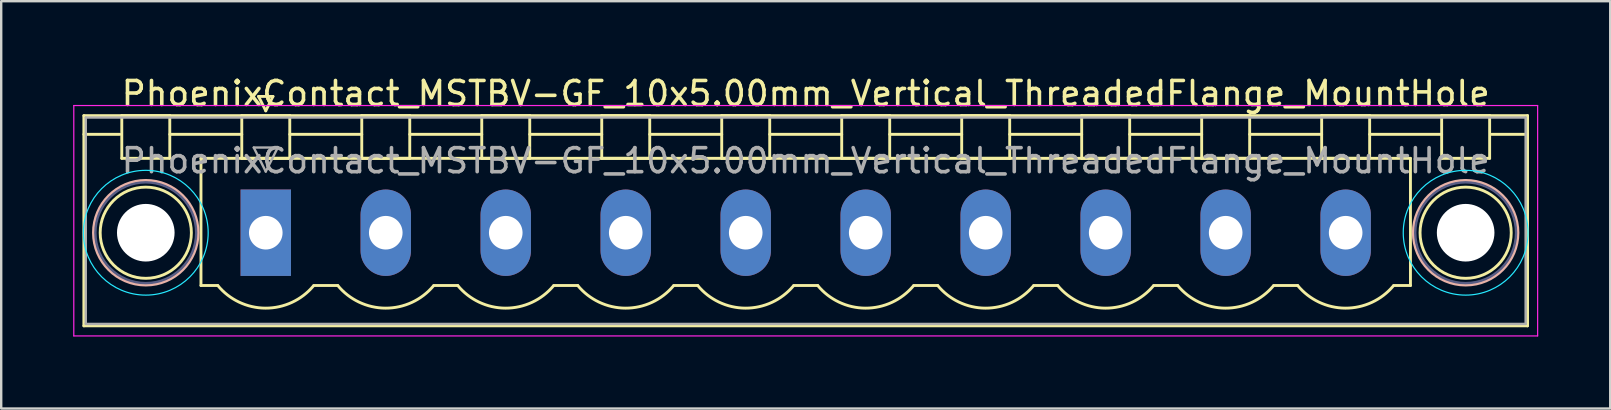
<source format=kicad_pcb>
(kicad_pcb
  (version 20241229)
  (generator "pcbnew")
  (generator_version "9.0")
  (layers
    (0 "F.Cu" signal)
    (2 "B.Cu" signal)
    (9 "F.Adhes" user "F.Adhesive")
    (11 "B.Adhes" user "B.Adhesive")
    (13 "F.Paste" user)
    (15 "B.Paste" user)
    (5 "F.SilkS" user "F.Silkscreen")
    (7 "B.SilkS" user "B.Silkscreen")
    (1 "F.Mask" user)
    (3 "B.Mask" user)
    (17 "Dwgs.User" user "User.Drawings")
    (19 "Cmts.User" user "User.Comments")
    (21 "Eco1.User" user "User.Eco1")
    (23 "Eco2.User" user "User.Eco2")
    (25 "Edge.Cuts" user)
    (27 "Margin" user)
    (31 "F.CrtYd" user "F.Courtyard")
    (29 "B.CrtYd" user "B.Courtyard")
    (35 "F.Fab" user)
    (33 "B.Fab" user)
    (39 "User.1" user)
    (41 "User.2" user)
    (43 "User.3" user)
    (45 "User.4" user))
  (footprint "PhoenixContact_MSTBV-GF_10x5.00mm_Vertical_ThreadedFlange_MountHole"
    (layer "F.Cu")
    (at 8.025 6.648)
    (property "Reference" "PhoenixContact_MSTBV-GF_10x5.00mm_Vertical_ThreadedFlange_MountHole" (at 22.5 -5.8 0) (layer "F.SilkS") (effects (font (size 1 1) (thickness 0.15))))
    (attr through_hole)
    (fp_line (start -7.58 -4.88) (end -7.58 3.88) (stroke (width 0.12) (type solid)) (layer "F.SilkS"))
    (fp_line (start -7.58 -4.1) (end -6.08 -4.1) (stroke (width 0.12) (type solid)) (layer "F.SilkS"))
    (fp_line (start -7.58 3.88) (end 52.58 3.88) (stroke (width 0.12) (type solid)) (layer "F.SilkS"))
    (fp_line (start -6 -4.88) (end -4 -4.88) (stroke (width 0.12) (type solid)) (layer "F.SilkS"))
    (fp_line (start -6 -3.1) (end -6 -4.88) (stroke (width 0.12) (type solid)) (layer "F.SilkS"))
    (fp_line (start -4 -4.88) (end -4 -3.1) (stroke (width 0.12) (type solid)) (layer "F.SilkS"))
    (fp_line (start -4 -4.1) (end -1 -4.1) (stroke (width 0.12) (type solid)) (layer "F.SilkS"))
    (fp_line (start -4 -3.1) (end -6 -3.1) (stroke (width 0.12) (type solid)) (layer "F.SilkS"))
    (fp_line (start -2.7 -3.1) (end 47.7 -3.1) (stroke (width 0.12) (type solid)) (layer "F.SilkS"))
    (fp_line (start -2.7 2.2) (end -2.7 -3.1) (stroke (width 0.12) (type solid)) (layer "F.SilkS"))
    (fp_line (start -2 2.2) (end -2.7 2.2) (stroke (width 0.12) (type solid)) (layer "F.SilkS"))
    (fp_line (start -1 -4.88) (end 1 -4.88) (stroke (width 0.12) (type solid)) (layer "F.SilkS"))
    (fp_line (start -1 -3.1) (end -1 -4.88) (stroke (width 0.12) (type solid)) (layer "F.SilkS"))
    (fp_line (start -0.3 -5.68) (end 0.3 -5.68) (stroke (width 0.12) (type solid)) (layer "F.SilkS"))
    (fp_line (start 0 -5.08) (end -0.3 -5.68) (stroke (width 0.12) (type solid)) (layer "F.SilkS"))
    (fp_line (start 0.3 -5.68) (end 0 -5.08) (stroke (width 0.12) (type solid)) (layer "F.SilkS"))
    (fp_line (start 1 -4.88) (end 1 -3.1) (stroke (width 0.12) (type solid)) (layer "F.SilkS"))
    (fp_line (start 1 -4.1) (end 4 -4.1) (stroke (width 0.12) (type solid)) (layer "F.SilkS"))
    (fp_line (start 1 -3.1) (end -1 -3.1) (stroke (width 0.12) (type solid)) (layer "F.SilkS"))
    (fp_line (start 2 2.2) (end 3 2.2) (stroke (width 0.12) (type solid)) (layer "F.SilkS"))
    (fp_line (start 4 -4.88) (end 6 -4.88) (stroke (width 0.12) (type solid)) (layer "F.SilkS"))
    (fp_line (start 4 -3.1) (end 4 -4.88) (stroke (width 0.12) (type solid)) (layer "F.SilkS"))
    (fp_line (start 6 -4.88) (end 6 -3.1) (stroke (width 0.12) (type solid)) (layer "F.SilkS"))
    (fp_line (start 6 -4.1) (end 9 -4.1) (stroke (width 0.12) (type solid)) (layer "F.SilkS"))
    (fp_line (start 6 -3.1) (end 4 -3.1) (stroke (width 0.12) (type solid)) (layer "F.SilkS"))
    (fp_line (start 7 2.2) (end 8 2.2) (stroke (width 0.12) (type solid)) (layer "F.SilkS"))
    (fp_line (start 9 -4.88) (end 11 -4.88) (stroke (width 0.12) (type solid)) (layer "F.SilkS"))
    (fp_line (start 9 -3.1) (end 9 -4.88) (stroke (width 0.12) (type solid)) (layer "F.SilkS"))
    (fp_line (start 11 -4.88) (end 11 -3.1) (stroke (width 0.12) (type solid)) (layer "F.SilkS"))
    (fp_line (start 11 -4.1) (end 14 -4.1) (stroke (width 0.12) (type solid)) (layer "F.SilkS"))
    (fp_line (start 11 -3.1) (end 9 -3.1) (stroke (width 0.12) (type solid)) (layer "F.SilkS"))
    (fp_line (start 12 2.2) (end 13 2.2) (stroke (width 0.12) (type solid)) (layer "F.SilkS"))
    (fp_line (start 14 -4.88) (end 16 -4.88) (stroke (width 0.12) (type solid)) (layer "F.SilkS"))
    (fp_line (start 14 -3.1) (end 14 -4.88) (stroke (width 0.12) (type solid)) (layer "F.SilkS"))
    (fp_line (start 16 -4.88) (end 16 -3.1) (stroke (width 0.12) (type solid)) (layer "F.SilkS"))
    (fp_line (start 16 -4.1) (end 19 -4.1) (stroke (width 0.12) (type solid)) (layer "F.SilkS"))
    (fp_line (start 16 -3.1) (end 14 -3.1) (stroke (width 0.12) (type solid)) (layer "F.SilkS"))
    (fp_line (start 17 2.2) (end 18 2.2) (stroke (width 0.12) (type solid)) (layer "F.SilkS"))
    (fp_line (start 19 -4.88) (end 21 -4.88) (stroke (width 0.12) (type solid)) (layer "F.SilkS"))
    (fp_line (start 19 -3.1) (end 19 -4.88) (stroke (width 0.12) (type solid)) (layer "F.SilkS"))
    (fp_line (start 21 -4.88) (end 21 -3.1) (stroke (width 0.12) (type solid)) (layer "F.SilkS"))
    (fp_line (start 21 -4.1) (end 24 -4.1) (stroke (width 0.12) (type solid)) (layer "F.SilkS"))
    (fp_line (start 21 -3.1) (end 19 -3.1) (stroke (width 0.12) (type solid)) (layer "F.SilkS"))
    (fp_line (start 22 2.2) (end 23 2.2) (stroke (width 0.12) (type solid)) (layer "F.SilkS"))
    (fp_line (start 24 -4.88) (end 26 -4.88) (stroke (width 0.12) (type solid)) (layer "F.SilkS"))
    (fp_line (start 24 -3.1) (end 24 -4.88) (stroke (width 0.12) (type solid)) (layer "F.SilkS"))
    (fp_line (start 26 -4.88) (end 26 -3.1) (stroke (width 0.12) (type solid)) (layer "F.SilkS"))
    (fp_line (start 26 -4.1) (end 29 -4.1) (stroke (width 0.12) (type solid)) (layer "F.SilkS"))
    (fp_line (start 26 -3.1) (end 24 -3.1) (stroke (width 0.12) (type solid)) (layer "F.SilkS"))
    (fp_line (start 27 2.2) (end 28 2.2) (stroke (width 0.12) (type solid)) (layer "F.SilkS"))
    (fp_line (start 29 -4.88) (end 31 -4.88) (stroke (width 0.12) (type solid)) (layer "F.SilkS"))
    (fp_line (start 29 -3.1) (end 29 -4.88) (stroke (width 0.12) (type solid)) (layer "F.SilkS"))
    (fp_line (start 31 -4.88) (end 31 -3.1) (stroke (width 0.12) (type solid)) (layer "F.SilkS"))
    (fp_line (start 31 -4.1) (end 34 -4.1) (stroke (width 0.12) (type solid)) (layer "F.SilkS"))
    (fp_line (start 31 -3.1) (end 29 -3.1) (stroke (width 0.12) (type solid)) (layer "F.SilkS"))
    (fp_line (start 32 2.2) (end 33 2.2) (stroke (width 0.12) (type solid)) (layer "F.SilkS"))
    (fp_line (start 34 -4.88) (end 36 -4.88) (stroke (width 0.12) (type solid)) (layer "F.SilkS"))
    (fp_line (start 34 -3.1) (end 34 -4.88) (stroke (width 0.12) (type solid)) (layer "F.SilkS"))
    (fp_line (start 36 -4.88) (end 36 -3.1) (stroke (width 0.12) (type solid)) (layer "F.SilkS"))
    (fp_line (start 36 -4.1) (end 39 -4.1) (stroke (width 0.12) (type solid)) (layer "F.SilkS"))
    (fp_line (start 36 -3.1) (end 34 -3.1) (stroke (width 0.12) (type solid)) (layer "F.SilkS"))
    (fp_line (start 37 2.2) (end 38 2.2) (stroke (width 0.12) (type solid)) (layer "F.SilkS"))
    (fp_line (start 39 -4.88) (end 41 -4.88) (stroke (width 0.12) (type solid)) (layer "F.SilkS"))
    (fp_line (start 39 -3.1) (end 39 -4.88) (stroke (width 0.12) (type solid)) (layer "F.SilkS"))
    (fp_line (start 41 -4.88) (end 41 -3.1) (stroke (width 0.12) (type solid)) (layer "F.SilkS"))
    (fp_line (start 41 -4.1) (end 44 -4.1) (stroke (width 0.12) (type solid)) (layer "F.SilkS"))
    (fp_line (start 41 -3.1) (end 39 -3.1) (stroke (width 0.12) (type solid)) (layer "F.SilkS"))
    (fp_line (start 42 2.2) (end 43 2.2) (stroke (width 0.12) (type solid)) (layer "F.SilkS"))
    (fp_line (start 44 -4.88) (end 46 -4.88) (stroke (width 0.12) (type solid)) (layer "F.SilkS"))
    (fp_line (start 44 -3.1) (end 44 -4.88) (stroke (width 0.12) (type solid)) (layer "F.SilkS"))
    (fp_line (start 46 -4.88) (end 46 -3.1) (stroke (width 0.12) (type solid)) (layer "F.SilkS"))
    (fp_line (start 46 -4.1) (end 49 -4.1) (stroke (width 0.12) (type solid)) (layer "F.SilkS"))
    (fp_line (start 46 -3.1) (end 44 -3.1) (stroke (width 0.12) (type solid)) (layer "F.SilkS"))
    (fp_line (start 47.7 -3.1) (end 47.7 2.2) (stroke (width 0.12) (type solid)) (layer "F.SilkS"))
    (fp_line (start 47.7 2.2) (end 47 2.2) (stroke (width 0.12) (type solid)) (layer "F.SilkS"))
    (fp_line (start 49 -4.88) (end 51 -4.88) (stroke (width 0.12) (type solid)) (layer "F.SilkS"))
    (fp_line (start 49 -3.1) (end 49 -4.88) (stroke (width 0.12) (type solid)) (layer "F.SilkS"))
    (fp_line (start 51 -4.88) (end 51 -3.1) (stroke (width 0.12) (type solid)) (layer "F.SilkS"))
    (fp_line (start 51 -3.1) (end 49 -3.1) (stroke (width 0.12) (type solid)) (layer "F.SilkS"))
    (fp_line (start 52.58 -4.88) (end -7.58 -4.88) (stroke (width 0.12) (type solid)) (layer "F.SilkS"))
    (fp_line (start 52.58 -4.1) (end 51.08 -4.1) (stroke (width 0.12) (type solid)) (layer "F.SilkS"))
    (fp_line (start 52.58 3.88) (end 52.58 -4.88) (stroke (width 0.12) (type solid)) (layer "F.SilkS"))
    (fp_arc (start 1.986842 2.215821) (mid -0.010289 3.142758) (end -2 2.2) (stroke (width 0.12) (type solid)) (layer "F.SilkS"))
    (fp_arc (start 6.986842 2.215821) (mid 4.989711 3.142758) (end 3 2.2) (stroke (width 0.12) (type solid)) (layer "F.SilkS"))
    (fp_arc (start 11.986842 2.215821) (mid 9.989711 3.142758) (end 8 2.2) (stroke (width 0.12) (type solid)) (layer "F.SilkS"))
    (fp_arc (start 16.986842 2.215821) (mid 14.989711 3.142758) (end 13 2.2) (stroke (width 0.12) (type solid)) (layer "F.SilkS"))
    (fp_arc (start 21.986842 2.215821) (mid 19.989711 3.142758) (end 18 2.2) (stroke (width 0.12) (type solid)) (layer "F.SilkS"))
    (fp_arc (start 26.986842 2.215821) (mid 24.989711 3.142758) (end 23 2.2) (stroke (width 0.12) (type solid)) (layer "F.SilkS"))
    (fp_arc (start 31.986842 2.215821) (mid 29.989711 3.142758) (end 28 2.2) (stroke (width 0.12) (type solid)) (layer "F.SilkS"))
    (fp_arc (start 36.986842 2.215821) (mid 34.989711 3.142758) (end 33 2.2) (stroke (width 0.12) (type solid)) (layer "F.SilkS"))
    (fp_arc (start 41.986842 2.215821) (mid 39.989711 3.142758) (end 38 2.2) (stroke (width 0.12) (type solid)) (layer "F.SilkS"))
    (fp_arc (start 46.986842 2.215821) (mid 44.989711 3.142758) (end 43 2.2) (stroke (width 0.12) (type solid)) (layer "F.SilkS"))
    (fp_circle (center -5 0) (end -3.1 0) (stroke (width 0.12) (type solid)) (fill no) (layer "F.SilkS"))
    (fp_circle (center 50 0) (end 51.9 0) (stroke (width 0.12) (type solid)) (fill no) (layer "F.SilkS"))
    (fp_circle (center -5 0) (end -2.82 0) (stroke (width 0.12) (type solid)) (fill no) (layer "B.SilkS"))
    (fp_circle (center 50 0) (end 52.18 0) (stroke (width 0.12) (type solid)) (fill no) (layer "B.SilkS"))
    (fp_circle (center -5 0) (end -2.4 0) (stroke (width 0.05) (type solid)) (fill no) (layer "B.CrtYd"))
    (fp_circle (center 50 0) (end 52.6 0) (stroke (width 0.05) (type solid)) (fill no) (layer "B.CrtYd"))
    (fp_line (start -8 -5.3) (end -8 4.3) (stroke (width 0.05) (type solid)) (layer "F.CrtYd"))
    (fp_line (start -8 4.3) (end 53 4.3) (stroke (width 0.05) (type solid)) (layer "F.CrtYd"))
    (fp_line (start 53 -5.3) (end -8 -5.3) (stroke (width 0.05) (type solid)) (layer "F.CrtYd"))
    (fp_line (start 53 4.3) (end 53 -5.3) (stroke (width 0.05) (type solid)) (layer "F.CrtYd"))
    (fp_circle (center -5 0) (end -2.9 0) (stroke (width 0.1) (type solid)) (fill no) (layer "B.Fab"))
    (fp_circle (center 50 0) (end 52.1 0) (stroke (width 0.1) (type solid)) (fill no) (layer "B.Fab"))
    (fp_line (start -7.5 -4.8) (end -7.5 3.8) (stroke (width 0.1) (type solid)) (layer "F.Fab"))
    (fp_line (start -7.5 3.8) (end 52.5 3.8) (stroke (width 0.1) (type solid)) (layer "F.Fab"))
    (fp_line (start -0.5 -3.55) (end 0.5 -3.55) (stroke (width 0.1) (type solid)) (layer "F.Fab"))
    (fp_line (start 0 -2.55) (end -0.5 -3.55) (stroke (width 0.1) (type solid)) (layer "F.Fab"))
    (fp_line (start 0.5 -3.55) (end 0 -2.55) (stroke (width 0.1) (type solid)) (layer "F.Fab"))
    (fp_line (start 52.5 -4.8) (end -7.5 -4.8) (stroke (width 0.1) (type solid)) (layer "F.Fab"))
    (fp_line (start 52.5 3.8) (end 52.5 -4.8) (stroke (width 0.1) (type solid)) (layer "F.Fab"))
    (fp_text user "${REFERENCE}" (at 22.5 -3 0) (layer "F.Fab") (effects (font (size 1 1) (thickness 0.15))))
    (pad "" np_thru_hole circle (at -5 0) (size 2.4 2.4) (drill 2.4) (layers "*.Cu" "*.Mask"))
    (pad "" np_thru_hole circle (at 50 0) (size 2.4 2.4) (drill 2.4) (layers "*.Cu" "*.Mask"))
    (pad "1" thru_hole rect (at 0 0) (size 2.1 3.6) (drill 1.4) (layers "*.Cu" "*.Mask"))
    (pad "2" thru_hole oval (at 5 0) (size 2.1 3.6) (drill 1.4) (layers "*.Cu" "*.Mask"))
    (pad "3" thru_hole oval (at 10 0) (size 2.1 3.6) (drill 1.4) (layers "*.Cu" "*.Mask"))
    (pad "4" thru_hole oval (at 15 0) (size 2.1 3.6) (drill 1.4) (layers "*.Cu" "*.Mask"))
    (pad "5" thru_hole oval (at 20 0) (size 2.1 3.6) (drill 1.4) (layers "*.Cu" "*.Mask"))
    (pad "6" thru_hole oval (at 25 0) (size 2.1 3.6) (drill 1.4) (layers "*.Cu" "*.Mask"))
    (pad "7" thru_hole oval (at 30 0) (size 2.1 3.6) (drill 1.4) (layers "*.Cu" "*.Mask"))
    (pad "8" thru_hole oval (at 35 0) (size 2.1 3.6) (drill 1.4) (layers "*.Cu" "*.Mask"))
    (pad "9" thru_hole oval (at 40 0) (size 2.1 3.6) (drill 1.4) (layers "*.Cu" "*.Mask"))
    (pad "10" thru_hole oval (at 45 0) (size 2.1 3.6) (drill 1.4) (layers "*.Cu" "*.Mask")))
  (gr_rect
    (start -3 -3)
    (end 64.05 13.973)
    (stroke (width 0.1) (type default))
    (fill no)
    (layer "Edge.Cuts")))
</source>
